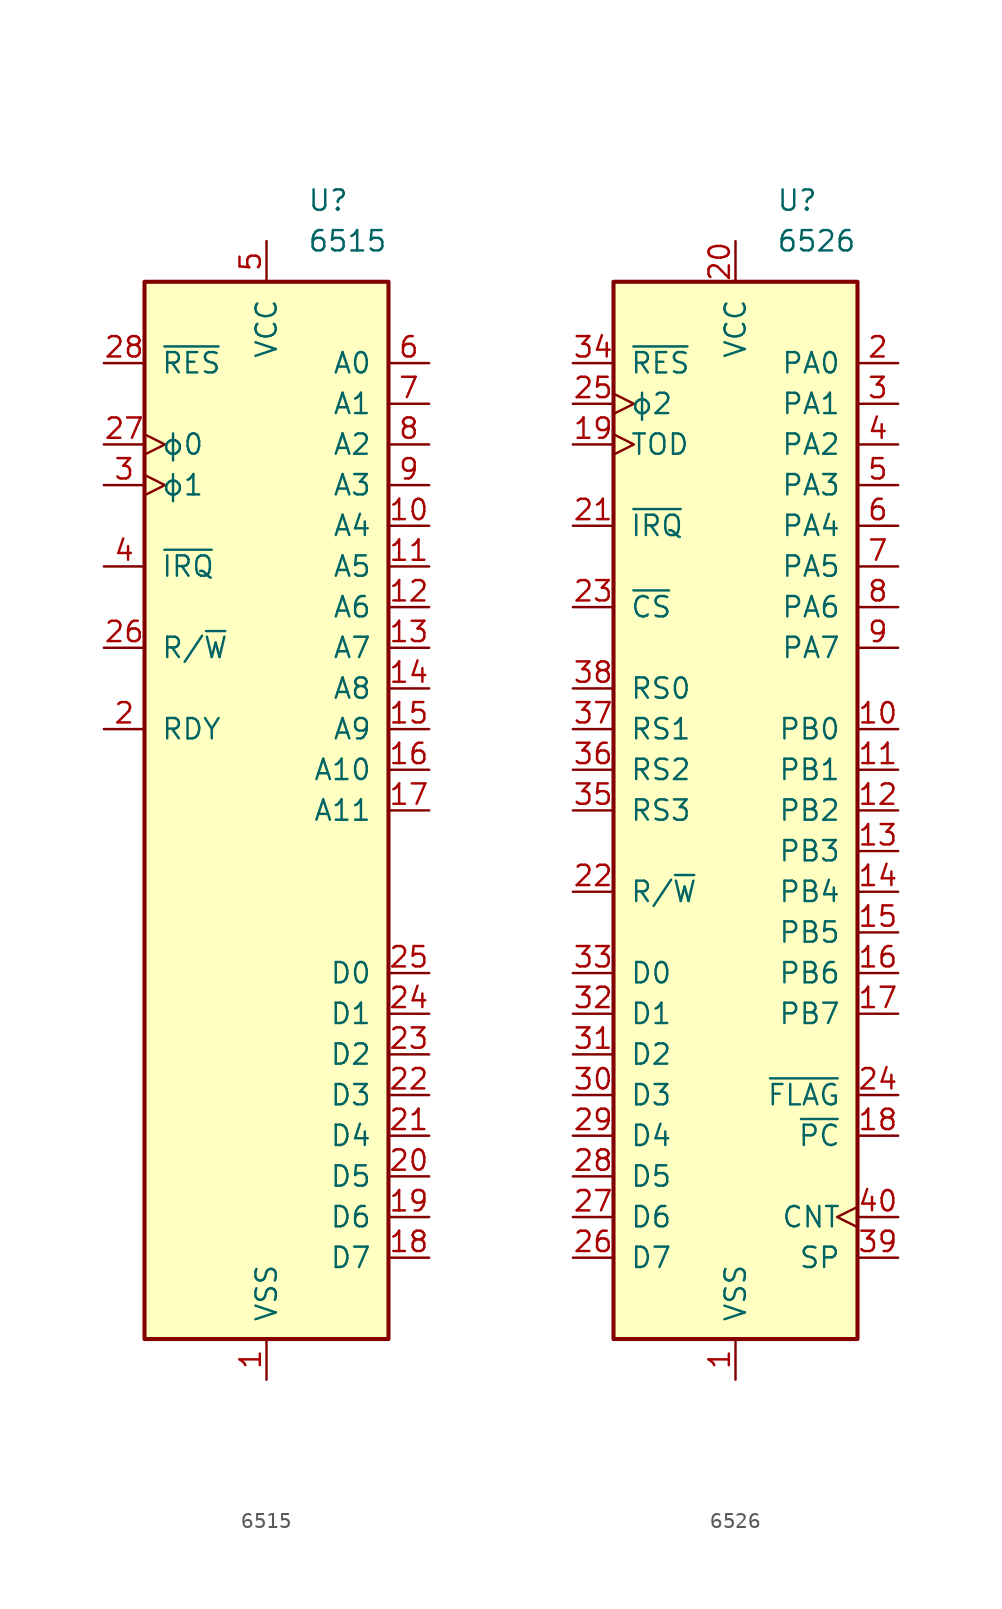
<source format=kicad_sym>
(kicad_symbol_lib
  (version 20211014)
  (generator kicad_symbol_editor)
  (symbol "6515"
    (pin_names
      (offset 1.016))
    (property "Reference" "U"
      (at 2.54 38.1 0)
      (effects (font (size 1.27 1.27)) (justify left)))
    (property "Value" "6515"
      (at 2.54 35.56 0)
      (effects (font (size 1.27 1.27)) (justify left)))
    (symbol "6515_0_1"
      (rectangle (start -7.62 33.02) (end 7.62 -33.02) (stroke (width 0.254) (type default) (color 0 0 0 0)) (fill (type background))))
    (symbol "6515_1_1"
      (pin power_in line (at 0 -35.56 90) (length 2.54) (name "VSS" (effects (font (size 1.27 1.27)))) (number "1" (effects (font (size 1.27 1.27)))))
      (pin output line (at 10.16 17.78 180) (length 2.54) (name "A4" (effects (font (size 1.27 1.27)))) (number "10" (effects (font (size 1.27 1.27)))))
      (pin output line (at 10.16 15.24 180) (length 2.54) (name "A5" (effects (font (size 1.27 1.27)))) (number "11" (effects (font (size 1.27 1.27)))))
      (pin output line (at 10.16 12.7 180) (length 2.54) (name "A6" (effects (font (size 1.27 1.27)))) (number "12" (effects (font (size 1.27 1.27)))))
      (pin output line (at 10.16 10.16 180) (length 2.54) (name "A7" (effects (font (size 1.27 1.27)))) (number "13" (effects (font (size 1.27 1.27)))))
      (pin output line (at 10.16 7.62 180) (length 2.54) (name "A8" (effects (font (size 1.27 1.27)))) (number "14" (effects (font (size 1.27 1.27)))))
      (pin output line (at 10.16 5.08 180) (length 2.54) (name "A9" (effects (font (size 1.27 1.27)))) (number "15" (effects (font (size 1.27 1.27)))))
      (pin output line (at 10.16 2.54 180) (length 2.54) (name "A10" (effects (font (size 1.27 1.27)))) (number "16" (effects (font (size 1.27 1.27)))))
      (pin output line (at 10.16 0 180) (length 2.54) (name "A11" (effects (font (size 1.27 1.27)))) (number "17" (effects (font (size 1.27 1.27)))))
      (pin bidirectional line (at 10.16 -27.94 180) (length 2.54) (name "D7" (effects (font (size 1.27 1.27)))) (number "18" (effects (font (size 1.27 1.27)))))
      (pin bidirectional line (at 10.16 -25.4 180) (length 2.54) (name "D6" (effects (font (size 1.27 1.27)))) (number "19" (effects (font (size 1.27 1.27)))))
      (pin input line (at -10.16 5.08 0) (length 2.54) (name "RDY" (effects (font (size 1.27 1.27)))) (number "2" (effects (font (size 1.27 1.27)))))
      (pin bidirectional line (at 10.16 -22.86 180) (length 2.54) (name "D5" (effects (font (size 1.27 1.27)))) (number "20" (effects (font (size 1.27 1.27)))))
      (pin bidirectional line (at 10.16 -20.32 180) (length 2.54) (name "D4" (effects (font (size 1.27 1.27)))) (number "21" (effects (font (size 1.27 1.27)))))
      (pin bidirectional line (at 10.16 -17.78 180) (length 2.54) (name "D3" (effects (font (size 1.27 1.27)))) (number "22" (effects (font (size 1.27 1.27)))))
      (pin bidirectional line (at 10.16 -15.24 180) (length 2.54) (name "D2" (effects (font (size 1.27 1.27)))) (number "23" (effects (font (size 1.27 1.27)))))
      (pin bidirectional line (at 10.16 -12.7 180) (length 2.54) (name "D1" (effects (font (size 1.27 1.27)))) (number "24" (effects (font (size 1.27 1.27)))))
      (pin bidirectional line (at 10.16 -10.16 180) (length 2.54) (name "D0" (effects (font (size 1.27 1.27)))) (number "25" (effects (font (size 1.27 1.27)))))
      (pin output line (at -10.16 10.16 0) (length 2.54) (name "R/~{W}" (effects (font (size 1.27 1.27)))) (number "26" (effects (font (size 1.27 1.27)))))
      (pin input clock (at -10.16 22.86 0) (length 2.54) (name "ϕ0" (effects (font (size 1.27 1.27)))) (number "27" (effects (font (size 1.27 1.27)))))
      (pin input line (at -10.16 27.94 0) (length 2.54) (name "~{RES}" (effects (font (size 1.27 1.27)))) (number "28" (effects (font (size 1.27 1.27)))))
      (pin input clock (at -10.16 20.32 0) (length 2.54) (name "ϕ1" (effects (font (size 1.27 1.27)))) (number "3" (effects (font (size 1.27 1.27)))))
      (pin input line (at -10.16 15.24 0) (length 2.54) (name "~{IRQ}" (effects (font (size 1.27 1.27)))) (number "4" (effects (font (size 1.27 1.27)))))
      (pin power_in line (at 0 35.56 270) (length 2.54) (name "VCC" (effects (font (size 1.27 1.27)))) (number "5" (effects (font (size 1.27 1.27)))))
      (pin output line (at 10.16 27.94 180) (length 2.54) (name "A0" (effects (font (size 1.27 1.27)))) (number "6" (effects (font (size 1.27 1.27)))))
      (pin output line (at 10.16 25.4 180) (length 2.54) (name "A1" (effects (font (size 1.27 1.27)))) (number "7" (effects (font (size 1.27 1.27)))))
      (pin output line (at 10.16 22.86 180) (length 2.54) (name "A2" (effects (font (size 1.27 1.27)))) (number "8" (effects (font (size 1.27 1.27)))))
      (pin output line (at 10.16 20.32 180) (length 2.54) (name "A3" (effects (font (size 1.27 1.27)))) (number "9" (effects (font (size 1.27 1.27)))))))
  (symbol "6526"
    (pin_names
      (offset 1.016))
    (property "Reference" "U"
      (at 2.54 38.1 0)
      (effects (font (size 1.27 1.27)) (justify left)))
    (property "Value" "6526"
      (at 2.54 35.56 0)
      (effects (font (size 1.27 1.27)) (justify left)))
    (symbol "6526_0_1"
      (rectangle (start -7.62 33.02) (end 7.62 -33.02) (stroke (width 0.254) (type default) (color 0 0 0 0)) (fill (type background))))
    (symbol "6526_1_1"
      (pin power_in line (at 0 -35.56 90) (length 2.54) (name "VSS" (effects (font (size 1.27 1.27)))) (number "1" (effects (font (size 1.27 1.27)))))
      (pin bidirectional line (at 10.16 5.08 180) (length 2.54) (name "PB0" (effects (font (size 1.27 1.27)))) (number "10" (effects (font (size 1.27 1.27)))))
      (pin bidirectional line (at 10.16 2.54 180) (length 2.54) (name "PB1" (effects (font (size 1.27 1.27)))) (number "11" (effects (font (size 1.27 1.27)))))
      (pin bidirectional line (at 10.16 0 180) (length 2.54) (name "PB2" (effects (font (size 1.27 1.27)))) (number "12" (effects (font (size 1.27 1.27)))))
      (pin bidirectional line (at 10.16 -2.54 180) (length 2.54) (name "PB3" (effects (font (size 1.27 1.27)))) (number "13" (effects (font (size 1.27 1.27)))))
      (pin bidirectional line (at 10.16 -5.08 180) (length 2.54) (name "PB4" (effects (font (size 1.27 1.27)))) (number "14" (effects (font (size 1.27 1.27)))))
      (pin bidirectional line (at 10.16 -7.62 180) (length 2.54) (name "PB5" (effects (font (size 1.27 1.27)))) (number "15" (effects (font (size 1.27 1.27)))))
      (pin bidirectional line (at 10.16 -10.16 180) (length 2.54) (name "PB6" (effects (font (size 1.27 1.27)))) (number "16" (effects (font (size 1.27 1.27)))))
      (pin bidirectional line (at 10.16 -12.7 180) (length 2.54) (name "PB7" (effects (font (size 1.27 1.27)))) (number "17" (effects (font (size 1.27 1.27)))))
      (pin output line (at 10.16 -20.32 180) (length 2.54) (name "~{PC}" (effects (font (size 1.27 1.27)))) (number "18" (effects (font (size 1.27 1.27)))))
      (pin input clock (at -10.16 22.86 0) (length 2.54) (name "TOD" (effects (font (size 1.27 1.27)))) (number "19" (effects (font (size 1.27 1.27)))))
      (pin bidirectional line (at 10.16 27.94 180) (length 2.54) (name "PA0" (effects (font (size 1.27 1.27)))) (number "2" (effects (font (size 1.27 1.27)))))
      (pin power_in line (at 0 35.56 270) (length 2.54) (name "VCC" (effects (font (size 1.27 1.27)))) (number "20" (effects (font (size 1.27 1.27)))))
      (pin open_collector line (at -10.16 17.78 0) (length 2.54) (name "~{IRQ}" (effects (font (size 1.27 1.27)))) (number "21" (effects (font (size 1.27 1.27)))))
      (pin input line (at -10.16 -5.08 0) (length 2.54) (name "R/~{W}" (effects (font (size 1.27 1.27)))) (number "22" (effects (font (size 1.27 1.27)))))
      (pin input line (at -10.16 12.7 0) (length 2.54) (name "~{CS}" (effects (font (size 1.27 1.27)))) (number "23" (effects (font (size 1.27 1.27)))))
      (pin input line (at 10.16 -17.78 180) (length 2.54) (name "~{FLAG}" (effects (font (size 1.27 1.27)))) (number "24" (effects (font (size 1.27 1.27)))))
      (pin input clock (at -10.16 25.4 0) (length 2.54) (name "ϕ2" (effects (font (size 1.27 1.27)))) (number "25" (effects (font (size 1.27 1.27)))))
      (pin bidirectional line (at -10.16 -27.94 0) (length 2.54) (name "D7" (effects (font (size 1.27 1.27)))) (number "26" (effects (font (size 1.27 1.27)))))
      (pin bidirectional line (at -10.16 -25.4 0) (length 2.54) (name "D6" (effects (font (size 1.27 1.27)))) (number "27" (effects (font (size 1.27 1.27)))))
      (pin bidirectional line (at -10.16 -22.86 0) (length 2.54) (name "D5" (effects (font (size 1.27 1.27)))) (number "28" (effects (font (size 1.27 1.27)))))
      (pin bidirectional line (at -10.16 -20.32 0) (length 2.54) (name "D4" (effects (font (size 1.27 1.27)))) (number "29" (effects (font (size 1.27 1.27)))))
      (pin bidirectional line (at 10.16 25.4 180) (length 2.54) (name "PA1" (effects (font (size 1.27 1.27)))) (number "3" (effects (font (size 1.27 1.27)))))
      (pin bidirectional line (at -10.16 -17.78 0) (length 2.54) (name "D3" (effects (font (size 1.27 1.27)))) (number "30" (effects (font (size 1.27 1.27)))))
      (pin bidirectional line (at -10.16 -15.24 0) (length 2.54) (name "D2" (effects (font (size 1.27 1.27)))) (number "31" (effects (font (size 1.27 1.27)))))
      (pin bidirectional line (at -10.16 -12.7 0) (length 2.54) (name "D1" (effects (font (size 1.27 1.27)))) (number "32" (effects (font (size 1.27 1.27)))))
      (pin bidirectional line (at -10.16 -10.16 0) (length 2.54) (name "D0" (effects (font (size 1.27 1.27)))) (number "33" (effects (font (size 1.27 1.27)))))
      (pin input line (at -10.16 27.94 0) (length 2.54) (name "~{RES}" (effects (font (size 1.27 1.27)))) (number "34" (effects (font (size 1.27 1.27)))))
      (pin input line (at -10.16 0 0) (length 2.54) (name "RS3" (effects (font (size 1.27 1.27)))) (number "35" (effects (font (size 1.27 1.27)))))
      (pin input line (at -10.16 2.54 0) (length 2.54) (name "RS2" (effects (font (size 1.27 1.27)))) (number "36" (effects (font (size 1.27 1.27)))))
      (pin input line (at -10.16 5.08 0) (length 2.54) (name "RS1" (effects (font (size 1.27 1.27)))) (number "37" (effects (font (size 1.27 1.27)))))
      (pin input line (at -10.16 7.62 0) (length 2.54) (name "RS0" (effects (font (size 1.27 1.27)))) (number "38" (effects (font (size 1.27 1.27)))))
      (pin bidirectional line (at 10.16 -27.94 180) (length 2.54) (name "SP" (effects (font (size 1.27 1.27)))) (number "39" (effects (font (size 1.27 1.27)))))
      (pin bidirectional line (at 10.16 22.86 180) (length 2.54) (name "PA2" (effects (font (size 1.27 1.27)))) (number "4" (effects (font (size 1.27 1.27)))))
      (pin bidirectional clock (at 10.16 -25.4 180) (length 2.54) (name "CNT" (effects (font (size 1.27 1.27)))) (number "40" (effects (font (size 1.27 1.27)))))
      (pin bidirectional line (at 10.16 20.32 180) (length 2.54) (name "PA3" (effects (font (size 1.27 1.27)))) (number "5" (effects (font (size 1.27 1.27)))))
      (pin bidirectional line (at 10.16 17.78 180) (length 2.54) (name "PA4" (effects (font (size 1.27 1.27)))) (number "6" (effects (font (size 1.27 1.27)))))
      (pin bidirectional line (at 10.16 15.24 180) (length 2.54) (name "PA5" (effects (font (size 1.27 1.27)))) (number "7" (effects (font (size 1.27 1.27)))))
      (pin bidirectional line (at 10.16 12.7 180) (length 2.54) (name "PA6" (effects (font (size 1.27 1.27)))) (number "8" (effects (font (size 1.27 1.27)))))
      (pin bidirectional line (at 10.16 10.16 180) (length 2.54) (name "PA7" (effects (font (size 1.27 1.27)))) (number "9" (effects (font (size 1.27 1.27))))))))
</source>
